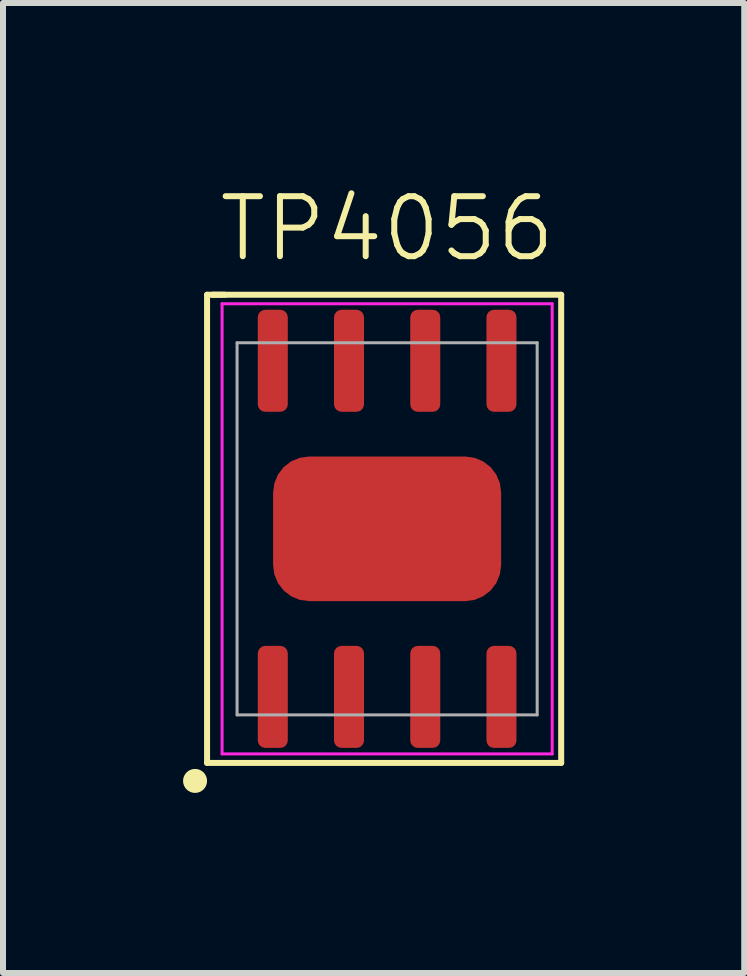
<source format=kicad_pcb>
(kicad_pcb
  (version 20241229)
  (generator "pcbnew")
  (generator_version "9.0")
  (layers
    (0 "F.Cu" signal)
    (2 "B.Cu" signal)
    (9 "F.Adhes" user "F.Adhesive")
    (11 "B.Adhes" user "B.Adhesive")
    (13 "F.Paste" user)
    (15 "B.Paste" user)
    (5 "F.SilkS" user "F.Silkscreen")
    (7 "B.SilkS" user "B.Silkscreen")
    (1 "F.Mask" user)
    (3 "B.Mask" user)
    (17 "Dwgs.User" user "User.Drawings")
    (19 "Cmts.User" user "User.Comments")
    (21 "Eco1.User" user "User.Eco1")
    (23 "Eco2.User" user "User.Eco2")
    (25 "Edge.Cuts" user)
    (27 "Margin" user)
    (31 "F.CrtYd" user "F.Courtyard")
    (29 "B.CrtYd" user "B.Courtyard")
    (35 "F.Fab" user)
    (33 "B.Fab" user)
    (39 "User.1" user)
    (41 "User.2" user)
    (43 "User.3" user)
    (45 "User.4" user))
  (footprint "TP4056"
    (layer "F.Cu")
    (at 3.4 5.761)
    (property "Reference" "TP4056" (at 0 -5 0) (unlocked yes) (layer "F.SilkS") (effects (font (size 1 1) (thickness 0.1))))
    (attr smd)
    (fp_line (start -3 -3.9) (end -2.9 -3.9) (stroke (width 0.1) (type default)) (layer "F.SilkS"))
    (fp_line (start -3 3.9) (end -3 -3.9) (stroke (width 0.1) (type default)) (layer "F.SilkS"))
    (fp_line (start -2.9 -3.9) (end -2.7 -3.9) (stroke (width 0.1) (type default)) (layer "F.SilkS"))
    (fp_line (start -2.9 -3.9) (end 2.9 -3.9) (stroke (width 0.1) (type default)) (layer "F.SilkS"))
    (fp_line (start 2.9 -3.9) (end 2.9 3.9) (stroke (width 0.1) (type default)) (layer "F.SilkS"))
    (fp_line (start 2.9 3.9) (end -3 3.9) (stroke (width 0.1) (type default)) (layer "F.SilkS"))
    (fp_circle (center -3.2 4.2) (end -3.1 4.2) (stroke (width 0.2) (type default)) (fill no) (layer "F.SilkS"))
    (fp_line (start -2.75 -3.75) (end 2.75 -3.75) (stroke (width 0.05) (type default)) (layer "F.CrtYd"))
    (fp_line (start -2.75 3.75) (end -2.75 -3.75) (stroke (width 0.05) (type default)) (layer "F.CrtYd"))
    (fp_line (start 2.75 -3.75) (end 2.75 3.75) (stroke (width 0.05) (type default)) (layer "F.CrtYd"))
    (fp_line (start 2.75 3.75) (end -2.75 3.75) (stroke (width 0.05) (type default)) (layer "F.CrtYd"))
    (fp_line (start -2.5 -3.1) (end -2.5 3.1) (stroke (width 0.05) (type default)) (layer "F.Fab"))
    (fp_line (start -2.5 3.1) (end 2.5 3.1) (stroke (width 0.05) (type default)) (layer "F.Fab"))
    (fp_line (start 2.5 -3.1) (end -2.5 -3.1) (stroke (width 0.05) (type default)) (layer "F.Fab"))
    (fp_line (start 2.5 3.1) (end 2.5 -3.1) (stroke (width 0.05) (type default)) (layer "F.Fab"))
    (pad "1" smd roundrect (at -1.905 2.8) (size 0.5 1.7) (layers "F.Cu" "F.Mask" "F.Paste") (roundrect_rratio 0.25))
    (pad "2" smd roundrect (at -0.635 2.8) (size 0.5 1.7) (layers "F.Cu" "F.Mask" "F.Paste") (roundrect_rratio 0.25))
    (pad "3" smd roundrect (at 0.635 2.8) (size 0.5 1.7) (layers "F.Cu" "F.Mask" "F.Paste") (roundrect_rratio 0.25))
    (pad "4" smd roundrect (at 1.905 2.8) (size 0.5 1.7) (layers "F.Cu" "F.Mask" "F.Paste") (roundrect_rratio 0.25))
    (pad "5" smd roundrect (at 1.905 -2.8) (size 0.5 1.7) (layers "F.Cu" "F.Mask" "F.Paste") (roundrect_rratio 0.25))
    (pad "6" smd roundrect (at 0.635 -2.8) (size 0.5 1.7) (layers "F.Cu" "F.Mask" "F.Paste") (roundrect_rratio 0.25))
    (pad "7" smd roundrect (at -0.635 -2.8) (size 0.5 1.7) (layers "F.Cu" "F.Mask" "F.Paste") (roundrect_rratio 0.25))
    (pad "8" smd roundrect (at -1.905 -2.8) (size 0.5 1.7) (layers "F.Cu" "F.Mask" "F.Paste") (roundrect_rratio 0.25))
    (pad "9" smd roundrect (at 0 0) (size 3.8 2.41) (layers "F.Cu" "F.Mask" "F.Paste") (roundrect_rratio 0.25)))
  (gr_rect
    (start -3 -3)
    (end 9.35 13.161)
    (stroke (width 0.1) (type default))
    (fill no)
    (layer "Edge.Cuts")))
</source>
